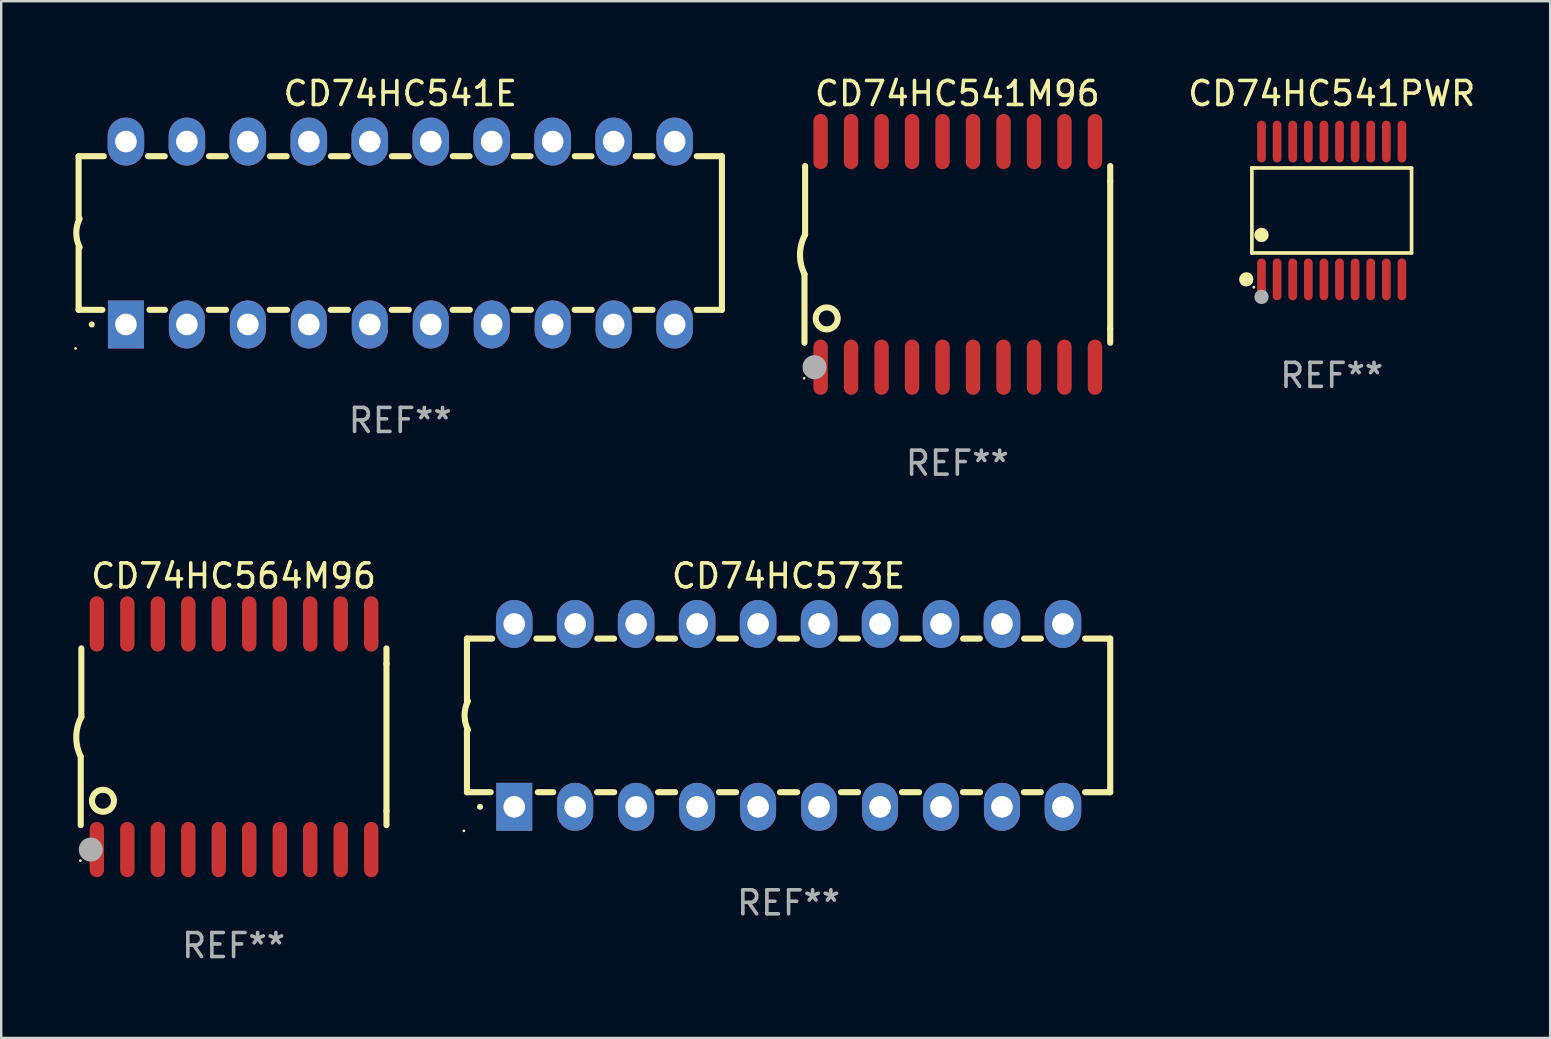
<source format=kicad_pcb>
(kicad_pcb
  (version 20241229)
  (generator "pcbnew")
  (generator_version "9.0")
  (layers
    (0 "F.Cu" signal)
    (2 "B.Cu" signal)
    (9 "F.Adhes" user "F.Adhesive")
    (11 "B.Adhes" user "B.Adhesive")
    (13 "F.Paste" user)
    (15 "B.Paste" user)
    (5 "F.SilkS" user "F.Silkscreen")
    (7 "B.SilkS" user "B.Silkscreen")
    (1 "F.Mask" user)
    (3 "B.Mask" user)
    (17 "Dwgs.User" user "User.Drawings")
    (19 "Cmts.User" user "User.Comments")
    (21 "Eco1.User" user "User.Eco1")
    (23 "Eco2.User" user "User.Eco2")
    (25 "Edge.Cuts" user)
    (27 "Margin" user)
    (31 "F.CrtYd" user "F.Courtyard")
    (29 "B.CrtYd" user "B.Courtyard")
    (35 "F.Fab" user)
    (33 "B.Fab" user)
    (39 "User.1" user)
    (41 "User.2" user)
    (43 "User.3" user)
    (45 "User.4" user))
  (footprint "CD74HC573E"
    (layer "F.Cu")
    (at 29.804 26.755)
    (property "Reference" "CD74HC573E" (at 0 -5.81 0) (layer "F.SilkS") (effects (font (size 1 1) (thickness 0.15))))
    (attr through_hole)
    (fp_line (start -13.4 -3.2) (end -12.351 -3.2) (stroke (width 0.254) (type solid)) (layer "F.SilkS"))
    (fp_line (start -13.4 -0.6) (end -13.4 -3.2) (stroke (width 0.254) (type solid)) (layer "F.SilkS"))
    (fp_line (start -13.4 3.2) (end -13.4 0.6) (stroke (width 0.254) (type solid)) (layer "F.SilkS"))
    (fp_line (start -13.4 3.2) (end -12.411 3.2) (stroke (width 0.254) (type solid)) (layer "F.SilkS"))
    (fp_line (start -10.509 -3.2) (end -9.811 -3.2) (stroke (width 0.254) (type solid)) (layer "F.SilkS"))
    (fp_line (start -10.449 3.2) (end -9.803 3.2) (stroke (width 0.254) (type solid)) (layer "F.SilkS"))
    (fp_line (start -7.977 3.2) (end -7.263 3.2) (stroke (width 0.254) (type solid)) (layer "F.SilkS"))
    (fp_line (start -7.969 -3.2) (end -7.271 -3.2) (stroke (width 0.254) (type solid)) (layer "F.SilkS"))
    (fp_line (start -5.437 3.2) (end -4.723 3.2) (stroke (width 0.254) (type solid)) (layer "F.SilkS"))
    (fp_line (start -5.429 -3.2) (end -4.731 -3.2) (stroke (width 0.254) (type solid)) (layer "F.SilkS"))
    (fp_line (start -2.897 3.2) (end -2.183 3.2) (stroke (width 0.254) (type solid)) (layer "F.SilkS"))
    (fp_line (start -2.889 -3.2) (end -2.191 -3.2) (stroke (width 0.254) (type solid)) (layer "F.SilkS"))
    (fp_line (start -0.357 3.2) (end 0.357 3.2) (stroke (width 0.254) (type solid)) (layer "F.SilkS"))
    (fp_line (start -0.349 -3.2) (end 0.349 -3.2) (stroke (width 0.254) (type solid)) (layer "F.SilkS"))
    (fp_line (start 2.183 3.2) (end 2.897 3.2) (stroke (width 0.254) (type solid)) (layer "F.SilkS"))
    (fp_line (start 2.191 -3.2) (end 2.889 -3.2) (stroke (width 0.254) (type solid)) (layer "F.SilkS"))
    (fp_line (start 4.723 3.2) (end 5.437 3.2) (stroke (width 0.254) (type solid)) (layer "F.SilkS"))
    (fp_line (start 4.731 -3.2) (end 5.429 -3.2) (stroke (width 0.254) (type solid)) (layer "F.SilkS"))
    (fp_line (start 7.263 3.2) (end 7.977 3.2) (stroke (width 0.254) (type solid)) (layer "F.SilkS"))
    (fp_line (start 7.271 -3.2) (end 7.969 -3.2) (stroke (width 0.254) (type solid)) (layer "F.SilkS"))
    (fp_line (start 9.803 3.2) (end 10.509 3.2) (stroke (width 0.254) (type solid)) (layer "F.SilkS"))
    (fp_line (start 9.811 -3.2) (end 10.509 -3.2) (stroke (width 0.254) (type solid)) (layer "F.SilkS"))
    (fp_line (start 12.351 -3.2) (end 13.4 -3.2) (stroke (width 0.254) (type solid)) (layer "F.SilkS"))
    (fp_line (start 12.351 3.2) (end 13.4 3.2) (stroke (width 0.254) (type solid)) (layer "F.SilkS"))
    (fp_line (start 13.4 -3.2) (end 13.4 3.2) (stroke (width 0.254) (type solid)) (layer "F.SilkS"))
    (fp_arc (start -13.357557 0.599721) (mid -13.499295 0.000123) (end -13.358598 -0.599721) (stroke (width 0.254001) (type solid)) (layer "F.SilkS"))
    (fp_arc (start -12.854966 3.810008) (mid -12.854973 3.808738) (end -12.854966 3.807468) (stroke (width 0.25) (type solid)) (layer "F.SilkS"))
    (fp_circle (center -13.527 4.81) (end -13.497 4.81) (stroke (width 0.06) (type solid)) (fill no) (layer "F.SilkS"))
    (fp_text user "REF**" (at 0 7.81 0) (layer "F.Fab") (effects (font (size 1 1) (thickness 0.15))))
    (pad "1" thru_hole rect (at -11.43 3.81 90) (size 2 1.5) (drill 0.9) (layers "*.Cu" "*.Mask"))
    (pad "2" thru_hole oval (at -8.89 3.81 90) (size 2 1.5) (drill 0.9) (layers "*.Cu" "*.Mask"))
    (pad "3" thru_hole oval (at -6.35 3.81 90) (size 2 1.5) (drill 0.9) (layers "*.Cu" "*.Mask"))
    (pad "4" thru_hole oval (at -3.81 3.81 90) (size 2 1.5) (drill 0.9) (layers "*.Cu" "*.Mask"))
    (pad "5" thru_hole oval (at -1.27 3.81 90) (size 2 1.5) (drill 0.9) (layers "*.Cu" "*.Mask"))
    (pad "6" thru_hole oval (at 1.27 3.81 90) (size 2 1.5) (drill 0.9) (layers "*.Cu" "*.Mask"))
    (pad "7" thru_hole oval (at 3.81 3.81 90) (size 2 1.5) (drill 0.9) (layers "*.Cu" "*.Mask"))
    (pad "8" thru_hole oval (at 6.35 3.81 90) (size 2 1.5) (drill 0.9) (layers "*.Cu" "*.Mask"))
    (pad "9" thru_hole oval (at 8.89 3.81 90) (size 2 1.5) (drill 0.9) (layers "*.Cu" "*.Mask"))
    (pad "10" thru_hole oval (at 11.43 3.81 90) (size 2 1.524) (drill 0.9) (layers "*.Cu" "*.Mask"))
    (pad "11" thru_hole oval (at 11.43 -3.81 90) (size 2 1.524) (drill 0.9) (layers "*.Cu" "*.Mask"))
    (pad "12" thru_hole oval (at 8.89 -3.81 90) (size 2 1.524) (drill 0.9) (layers "*.Cu" "*.Mask"))
    (pad "13" thru_hole oval (at 6.35 -3.81 90) (size 2 1.524) (drill 0.9) (layers "*.Cu" "*.Mask"))
    (pad "14" thru_hole oval (at 3.81 -3.81 90) (size 2 1.524) (drill 0.9) (layers "*.Cu" "*.Mask"))
    (pad "15" thru_hole oval (at 1.27 -3.81 90) (size 2 1.524) (drill 0.9) (layers "*.Cu" "*.Mask"))
    (pad "16" thru_hole oval (at -1.27 -3.81 90) (size 2 1.524) (drill 0.9) (layers "*.Cu" "*.Mask"))
    (pad "17" thru_hole oval (at -3.81 -3.81 90) (size 2 1.524) (drill 0.9) (layers "*.Cu" "*.Mask"))
    (pad "18" thru_hole oval (at -6.35 -3.81 90) (size 2 1.524) (drill 0.9) (layers "*.Cu" "*.Mask"))
    (pad "19" thru_hole oval (at -8.89 -3.81 90) (size 2 1.524) (drill 0.9) (layers "*.Cu" "*.Mask"))
    (pad "20" thru_hole oval (at -11.43 -3.81 90) (size 2 1.524) (drill 0.9) (layers "*.Cu" "*.Mask")))
  (footprint "CD74HC541PWR"
    (layer "F.Cu")
    (at 52.432 5.719)
    (property "Reference" "CD74HC541PWR" (at 0 -4.871 0) (layer "F.SilkS") (effects (font (size 1 1) (thickness 0.15))))
    (attr through_hole)
    (fp_line (start -3.326 -1.771) (end 3.326 -1.771) (stroke (width 0.152) (type solid)) (layer "F.SilkS"))
    (fp_line (start -3.326 1.771) (end -3.326 -1.771) (stroke (width 0.152) (type solid)) (layer "F.SilkS"))
    (fp_line (start 3.326 -1.771) (end 3.326 1.771) (stroke (width 0.152) (type solid)) (layer "F.SilkS"))
    (fp_line (start 3.326 1.771) (end -3.326 1.771) (stroke (width 0.152) (type solid)) (layer "F.SilkS"))
    (fp_circle (center -3.559 2.871) (end -3.409 2.871) (stroke (width 0.3) (type solid)) (fill no) (layer "F.SilkS"))
    (fp_circle (center -3.25 3.2) (end -3.22 3.2) (stroke (width 0.06) (type solid)) (fill no) (layer "F.SilkS"))
    (fp_circle (center -2.925 1.019) (end -2.775 1.019) (stroke (width 0.3) (type solid)) (fill no) (layer "F.SilkS"))
    (fp_circle (center -2.925 3.6) (end -2.775 3.6) (stroke (width 0.3) (type solid)) (fill no) (layer "F.Fab"))
    (fp_text user "REF**" (at 0 6.871 0) (layer "F.Fab") (effects (font (size 1 1) (thickness 0.15))))
    (pad "1" smd oval (at -2.925 2.871) (size 0.364 1.742) (layers "F.Cu" "F.Mask" "F.Paste"))
    (pad "2" smd oval (at -2.275 2.871) (size 0.364 1.742) (layers "F.Cu" "F.Mask" "F.Paste"))
    (pad "3" smd oval (at -1.625 2.871) (size 0.364 1.742) (layers "F.Cu" "F.Mask" "F.Paste"))
    (pad "4" smd oval (at -0.975 2.871) (size 0.364 1.742) (layers "F.Cu" "F.Mask" "F.Paste"))
    (pad "5" smd oval (at -0.325 2.871) (size 0.364 1.742) (layers "F.Cu" "F.Mask" "F.Paste"))
    (pad "6" smd oval (at 0.325 2.871) (size 0.364 1.742) (layers "F.Cu" "F.Mask" "F.Paste"))
    (pad "7" smd oval (at 0.975 2.871) (size 0.364 1.742) (layers "F.Cu" "F.Mask" "F.Paste"))
    (pad "8" smd oval (at 1.625 2.871) (size 0.364 1.742) (layers "F.Cu" "F.Mask" "F.Paste"))
    (pad "9" smd oval (at 2.275 2.871) (size 0.364 1.742) (layers "F.Cu" "F.Mask" "F.Paste"))
    (pad "10" smd oval (at 2.925 2.871) (size 0.364 1.742) (layers "F.Cu" "F.Mask" "F.Paste"))
    (pad "11" smd oval (at 2.925 -2.871) (size 0.364 1.742) (layers "F.Cu" "F.Mask" "F.Paste"))
    (pad "12" smd oval (at 2.275 -2.871) (size 0.364 1.742) (layers "F.Cu" "F.Mask" "F.Paste"))
    (pad "13" smd oval (at 1.625 -2.871) (size 0.364 1.742) (layers "F.Cu" "F.Mask" "F.Paste"))
    (pad "14" smd oval (at 0.975 -2.871) (size 0.364 1.742) (layers "F.Cu" "F.Mask" "F.Paste"))
    (pad "15" smd oval (at 0.325 -2.871) (size 0.364 1.742) (layers "F.Cu" "F.Mask" "F.Paste"))
    (pad "16" smd oval (at -0.325 -2.871) (size 0.364 1.742) (layers "F.Cu" "F.Mask" "F.Paste"))
    (pad "17" smd oval (at -0.975 -2.871) (size 0.364 1.742) (layers "F.Cu" "F.Mask" "F.Paste"))
    (pad "18" smd oval (at -1.625 -2.871) (size 0.364 1.742) (layers "F.Cu" "F.Mask" "F.Paste"))
    (pad "19" smd oval (at -2.275 -2.871) (size 0.364 1.742) (layers "F.Cu" "F.Mask" "F.Paste"))
    (pad "20" smd oval (at -2.925 -2.871) (size 0.364 1.742) (layers "F.Cu" "F.Mask" "F.Paste")))
  (footprint "CD74HC541E"
    (layer "F.Cu")
    (at 13.626 6.658)
    (property "Reference" "CD74HC541E" (at 0 -5.81 0) (layer "F.SilkS") (effects (font (size 1 1) (thickness 0.15))))
    (attr through_hole)
    (fp_line (start -13.4 -3.2) (end -12.351 -3.2) (stroke (width 0.254) (type solid)) (layer "F.SilkS"))
    (fp_line (start -13.4 -0.6) (end -13.4 -3.2) (stroke (width 0.254) (type solid)) (layer "F.SilkS"))
    (fp_line (start -13.4 3.2) (end -13.4 0.6) (stroke (width 0.254) (type solid)) (layer "F.SilkS"))
    (fp_line (start -13.4 3.2) (end -12.411 3.2) (stroke (width 0.254) (type solid)) (layer "F.SilkS"))
    (fp_line (start -10.509 -3.2) (end -9.811 -3.2) (stroke (width 0.254) (type solid)) (layer "F.SilkS"))
    (fp_line (start -10.449 3.2) (end -9.803 3.2) (stroke (width 0.254) (type solid)) (layer "F.SilkS"))
    (fp_line (start -7.977 3.2) (end -7.263 3.2) (stroke (width 0.254) (type solid)) (layer "F.SilkS"))
    (fp_line (start -7.969 -3.2) (end -7.271 -3.2) (stroke (width 0.254) (type solid)) (layer "F.SilkS"))
    (fp_line (start -5.437 3.2) (end -4.723 3.2) (stroke (width 0.254) (type solid)) (layer "F.SilkS"))
    (fp_line (start -5.429 -3.2) (end -4.731 -3.2) (stroke (width 0.254) (type solid)) (layer "F.SilkS"))
    (fp_line (start -2.897 3.2) (end -2.183 3.2) (stroke (width 0.254) (type solid)) (layer "F.SilkS"))
    (fp_line (start -2.889 -3.2) (end -2.191 -3.2) (stroke (width 0.254) (type solid)) (layer "F.SilkS"))
    (fp_line (start -0.357 3.2) (end 0.357 3.2) (stroke (width 0.254) (type solid)) (layer "F.SilkS"))
    (fp_line (start -0.349 -3.2) (end 0.349 -3.2) (stroke (width 0.254) (type solid)) (layer "F.SilkS"))
    (fp_line (start 2.183 3.2) (end 2.897 3.2) (stroke (width 0.254) (type solid)) (layer "F.SilkS"))
    (fp_line (start 2.191 -3.2) (end 2.889 -3.2) (stroke (width 0.254) (type solid)) (layer "F.SilkS"))
    (fp_line (start 4.723 3.2) (end 5.437 3.2) (stroke (width 0.254) (type solid)) (layer "F.SilkS"))
    (fp_line (start 4.731 -3.2) (end 5.429 -3.2) (stroke (width 0.254) (type solid)) (layer "F.SilkS"))
    (fp_line (start 7.263 3.2) (end 7.977 3.2) (stroke (width 0.254) (type solid)) (layer "F.SilkS"))
    (fp_line (start 7.271 -3.2) (end 7.969 -3.2) (stroke (width 0.254) (type solid)) (layer "F.SilkS"))
    (fp_line (start 9.803 3.2) (end 10.509 3.2) (stroke (width 0.254) (type solid)) (layer "F.SilkS"))
    (fp_line (start 9.811 -3.2) (end 10.509 -3.2) (stroke (width 0.254) (type solid)) (layer "F.SilkS"))
    (fp_line (start 12.351 -3.2) (end 13.4 -3.2) (stroke (width 0.254) (type solid)) (layer "F.SilkS"))
    (fp_line (start 12.351 3.2) (end 13.4 3.2) (stroke (width 0.254) (type solid)) (layer "F.SilkS"))
    (fp_line (start 13.4 -3.2) (end 13.4 3.2) (stroke (width 0.254) (type solid)) (layer "F.SilkS"))
    (fp_arc (start -13.357557 0.599721) (mid -13.499295 0.000123) (end -13.358598 -0.599721) (stroke (width 0.254001) (type solid)) (layer "F.SilkS"))
    (fp_arc (start -12.854966 3.810008) (mid -12.854973 3.808738) (end -12.854966 3.807468) (stroke (width 0.25) (type solid)) (layer "F.SilkS"))
    (fp_circle (center -13.527 4.81) (end -13.497 4.81) (stroke (width 0.06) (type solid)) (fill no) (layer "F.SilkS"))
    (fp_text user "REF**" (at 0 7.81 0) (layer "F.Fab") (effects (font (size 1 1) (thickness 0.15))))
    (pad "1" thru_hole rect (at -11.43 3.81 90) (size 2 1.5) (drill 0.9) (layers "*.Cu" "*.Mask"))
    (pad "2" thru_hole oval (at -8.89 3.81 90) (size 2 1.5) (drill 0.9) (layers "*.Cu" "*.Mask"))
    (pad "3" thru_hole oval (at -6.35 3.81 90) (size 2 1.5) (drill 0.9) (layers "*.Cu" "*.Mask"))
    (pad "4" thru_hole oval (at -3.81 3.81 90) (size 2 1.5) (drill 0.9) (layers "*.Cu" "*.Mask"))
    (pad "5" thru_hole oval (at -1.27 3.81 90) (size 2 1.5) (drill 0.9) (layers "*.Cu" "*.Mask"))
    (pad "6" thru_hole oval (at 1.27 3.81 90) (size 2 1.5) (drill 0.9) (layers "*.Cu" "*.Mask"))
    (pad "7" thru_hole oval (at 3.81 3.81 90) (size 2 1.5) (drill 0.9) (layers "*.Cu" "*.Mask"))
    (pad "8" thru_hole oval (at 6.35 3.81 90) (size 2 1.5) (drill 0.9) (layers "*.Cu" "*.Mask"))
    (pad "9" thru_hole oval (at 8.89 3.81 90) (size 2 1.5) (drill 0.9) (layers "*.Cu" "*.Mask"))
    (pad "10" thru_hole oval (at 11.43 3.81 90) (size 2 1.524) (drill 0.9) (layers "*.Cu" "*.Mask"))
    (pad "11" thru_hole oval (at 11.43 -3.81 90) (size 2 1.524) (drill 0.9) (layers "*.Cu" "*.Mask"))
    (pad "12" thru_hole oval (at 8.89 -3.81 90) (size 2 1.524) (drill 0.9) (layers "*.Cu" "*.Mask"))
    (pad "13" thru_hole oval (at 6.35 -3.81 90) (size 2 1.524) (drill 0.9) (layers "*.Cu" "*.Mask"))
    (pad "14" thru_hole oval (at 3.81 -3.81 90) (size 2 1.524) (drill 0.9) (layers "*.Cu" "*.Mask"))
    (pad "15" thru_hole oval (at 1.27 -3.81 90) (size 2 1.524) (drill 0.9) (layers "*.Cu" "*.Mask"))
    (pad "16" thru_hole oval (at -1.27 -3.81 90) (size 2 1.524) (drill 0.9) (layers "*.Cu" "*.Mask"))
    (pad "17" thru_hole oval (at -3.81 -3.81 90) (size 2 1.524) (drill 0.9) (layers "*.Cu" "*.Mask"))
    (pad "18" thru_hole oval (at -6.35 -3.81 90) (size 2 1.524) (drill 0.9) (layers "*.Cu" "*.Mask"))
    (pad "19" thru_hole oval (at -8.89 -3.81 90) (size 2 1.524) (drill 0.9) (layers "*.Cu" "*.Mask"))
    (pad "20" thru_hole oval (at -11.43 -3.81 90) (size 2 1.524) (drill 0.9) (layers "*.Cu" "*.Mask")))
  (footprint "CD74HC564M96"
    (layer "F.Cu")
    (at 6.682 27.645)
    (property "Reference" "CD74HC564M96" (at 0 -6.7 0) (layer "F.SilkS") (effects (font (size 1 1) (thickness 0.15))))
    (attr through_hole)
    (fp_line (start -6.369 0.826) (end -6.369 3.683) (stroke (width 0.254) (type solid)) (layer "F.SilkS"))
    (fp_line (start -6.343 -0.825) (end -6.343 -3.683) (stroke (width 0.254) (type solid)) (layer "F.SilkS"))
    (fp_line (start 6.369 -3.048) (end 6.369 -3.683) (stroke (width 0.254) (type solid)) (layer "F.SilkS"))
    (fp_line (start 6.369 -3.048) (end 6.369 3.096) (stroke (width 0.254) (type solid)) (layer "F.SilkS"))
    (fp_line (start 6.369 3.096) (end 6.369 3.683) (stroke (width 0.254) (type solid)) (layer "F.SilkS"))
    (fp_arc (start -6.36853 0.825552) (mid -6.554743 -0.00301) (end -6.343129 -0.825451) (stroke (width 0.254001) (type solid)) (layer "F.SilkS"))
    (fp_circle (center -6.382 5.163) (end -6.352 5.163) (stroke (width 0.06) (type solid)) (fill no) (layer "F.SilkS"))
    (fp_circle (center -5.443 2.667) (end -4.985 2.667) (stroke (width 0.254) (type solid)) (fill no) (layer "F.SilkS"))
    (fp_circle (center -5.951 4.699) (end -5.701 4.699) (stroke (width 0.5) (type solid)) (fill no) (layer "F.Fab"))
    (fp_text user "REF**" (at 0 8.7 0) (layer "F.Fab") (effects (font (size 1 1) (thickness 0.15))))
    (pad "1" smd oval (at -5.697 4.7 180) (size 0.6 2.3) (layers "F.Cu" "F.Mask" "F.Paste"))
    (pad "2" smd oval (at -4.427 4.7 180) (size 0.6 2.3) (layers "F.Cu" "F.Mask" "F.Paste"))
    (pad "3" smd oval (at -3.157 4.7 180) (size 0.6 2.3) (layers "F.Cu" "F.Mask" "F.Paste"))
    (pad "4" smd oval (at -1.887 4.7 180) (size 0.6 2.3) (layers "F.Cu" "F.Mask" "F.Paste"))
    (pad "5" smd oval (at -0.617 4.7 180) (size 0.6 2.3) (layers "F.Cu" "F.Mask" "F.Paste"))
    (pad "6" smd oval (at 0.653 4.7 180) (size 0.6 2.3) (layers "F.Cu" "F.Mask" "F.Paste"))
    (pad "7" smd oval (at 1.923 4.7 180) (size 0.6 2.3) (layers "F.Cu" "F.Mask" "F.Paste"))
    (pad "8" smd oval (at 3.193 4.7 180) (size 0.6 2.3) (layers "F.Cu" "F.Mask" "F.Paste"))
    (pad "9" smd oval (at 4.463 4.7 180) (size 0.6 2.3) (layers "F.Cu" "F.Mask" "F.Paste"))
    (pad "10" smd oval (at 5.734 4.7 180) (size 0.6 2.3) (layers "F.Cu" "F.Mask" "F.Paste"))
    (pad "11" smd oval (at 5.734 -4.7 180) (size 0.6 2.3) (layers "F.Cu" "F.Mask" "F.Paste"))
    (pad "12" smd oval (at 4.463 -4.7 180) (size 0.6 2.3) (layers "F.Cu" "F.Mask" "F.Paste"))
    (pad "13" smd oval (at 3.193 -4.7 180) (size 0.6 2.3) (layers "F.Cu" "F.Mask" "F.Paste"))
    (pad "14" smd oval (at 1.923 -4.7 180) (size 0.6 2.3) (layers "F.Cu" "F.Mask" "F.Paste"))
    (pad "15" smd oval (at 0.653 -4.7 180) (size 0.6 2.3) (layers "F.Cu" "F.Mask" "F.Paste"))
    (pad "16" smd oval (at -0.617 -4.7 180) (size 0.6 2.3) (layers "F.Cu" "F.Mask" "F.Paste"))
    (pad "17" smd oval (at -1.887 -4.7 180) (size 0.6 2.3) (layers "F.Cu" "F.Mask" "F.Paste"))
    (pad "18" smd oval (at -3.157 -4.7 180) (size 0.6 2.3) (layers "F.Cu" "F.Mask" "F.Paste"))
    (pad "19" smd oval (at -4.427 -4.7 180) (size 0.6 2.3) (layers "F.Cu" "F.Mask" "F.Paste"))
    (pad "20" smd oval (at -5.697 -4.7 180) (size 0.6 2.3) (layers "F.Cu" "F.Mask" "F.Paste")))
  (footprint "CD74HC541M96"
    (layer "F.Cu")
    (at 36.835 7.548)
    (property "Reference" "CD74HC541M96" (at 0 -6.7 0) (layer "F.SilkS") (effects (font (size 1 1) (thickness 0.15))))
    (attr through_hole)
    (fp_line (start -6.369 0.826) (end -6.369 3.683) (stroke (width 0.254) (type solid)) (layer "F.SilkS"))
    (fp_line (start -6.343 -0.825) (end -6.343 -3.683) (stroke (width 0.254) (type solid)) (layer "F.SilkS"))
    (fp_line (start 6.369 -3.048) (end 6.369 -3.683) (stroke (width 0.254) (type solid)) (layer "F.SilkS"))
    (fp_line (start 6.369 -3.048) (end 6.369 3.096) (stroke (width 0.254) (type solid)) (layer "F.SilkS"))
    (fp_line (start 6.369 3.096) (end 6.369 3.683) (stroke (width 0.254) (type solid)) (layer "F.SilkS"))
    (fp_arc (start -6.36853 0.825552) (mid -6.554743 -0.00301) (end -6.343129 -0.825451) (stroke (width 0.254001) (type solid)) (layer "F.SilkS"))
    (fp_circle (center -6.382 5.163) (end -6.352 5.163) (stroke (width 0.06) (type solid)) (fill no) (layer "F.SilkS"))
    (fp_circle (center -5.443 2.667) (end -4.985 2.667) (stroke (width 0.254) (type solid)) (fill no) (layer "F.SilkS"))
    (fp_circle (center -5.951 4.699) (end -5.701 4.699) (stroke (width 0.5) (type solid)) (fill no) (layer "F.Fab"))
    (fp_text user "REF**" (at 0 8.7 0) (layer "F.Fab") (effects (font (size 1 1) (thickness 0.15))))
    (pad "1" smd oval (at -5.697 4.7 180) (size 0.6 2.3) (layers "F.Cu" "F.Mask" "F.Paste"))
    (pad "2" smd oval (at -4.427 4.7 180) (size 0.6 2.3) (layers "F.Cu" "F.Mask" "F.Paste"))
    (pad "3" smd oval (at -3.157 4.7 180) (size 0.6 2.3) (layers "F.Cu" "F.Mask" "F.Paste"))
    (pad "4" smd oval (at -1.887 4.7 180) (size 0.6 2.3) (layers "F.Cu" "F.Mask" "F.Paste"))
    (pad "5" smd oval (at -0.617 4.7 180) (size 0.6 2.3) (layers "F.Cu" "F.Mask" "F.Paste"))
    (pad "6" smd oval (at 0.653 4.7 180) (size 0.6 2.3) (layers "F.Cu" "F.Mask" "F.Paste"))
    (pad "7" smd oval (at 1.923 4.7 180) (size 0.6 2.3) (layers "F.Cu" "F.Mask" "F.Paste"))
    (pad "8" smd oval (at 3.193 4.7 180) (size 0.6 2.3) (layers "F.Cu" "F.Mask" "F.Paste"))
    (pad "9" smd oval (at 4.463 4.7 180) (size 0.6 2.3) (layers "F.Cu" "F.Mask" "F.Paste"))
    (pad "10" smd oval (at 5.734 4.7 180) (size 0.6 2.3) (layers "F.Cu" "F.Mask" "F.Paste"))
    (pad "11" smd oval (at 5.734 -4.7 180) (size 0.6 2.3) (layers "F.Cu" "F.Mask" "F.Paste"))
    (pad "12" smd oval (at 4.463 -4.7 180) (size 0.6 2.3) (layers "F.Cu" "F.Mask" "F.Paste"))
    (pad "13" smd oval (at 3.193 -4.7 180) (size 0.6 2.3) (layers "F.Cu" "F.Mask" "F.Paste"))
    (pad "14" smd oval (at 1.923 -4.7 180) (size 0.6 2.3) (layers "F.Cu" "F.Mask" "F.Paste"))
    (pad "15" smd oval (at 0.653 -4.7 180) (size 0.6 2.3) (layers "F.Cu" "F.Mask" "F.Paste"))
    (pad "16" smd oval (at -0.617 -4.7 180) (size 0.6 2.3) (layers "F.Cu" "F.Mask" "F.Paste"))
    (pad "17" smd oval (at -1.887 -4.7 180) (size 0.6 2.3) (layers "F.Cu" "F.Mask" "F.Paste"))
    (pad "18" smd oval (at -3.157 -4.7 180) (size 0.6 2.3) (layers "F.Cu" "F.Mask" "F.Paste"))
    (pad "19" smd oval (at -4.427 -4.7 180) (size 0.6 2.3) (layers "F.Cu" "F.Mask" "F.Paste"))
    (pad "20" smd oval (at -5.697 -4.7 180) (size 0.6 2.3) (layers "F.Cu" "F.Mask" "F.Paste")))
  (gr_rect
    (start -3 -3)
    (end 61.533 40.193)
    (stroke (width 0.1) (type default))
    (fill no)
    (layer "Edge.Cuts")))
</source>
